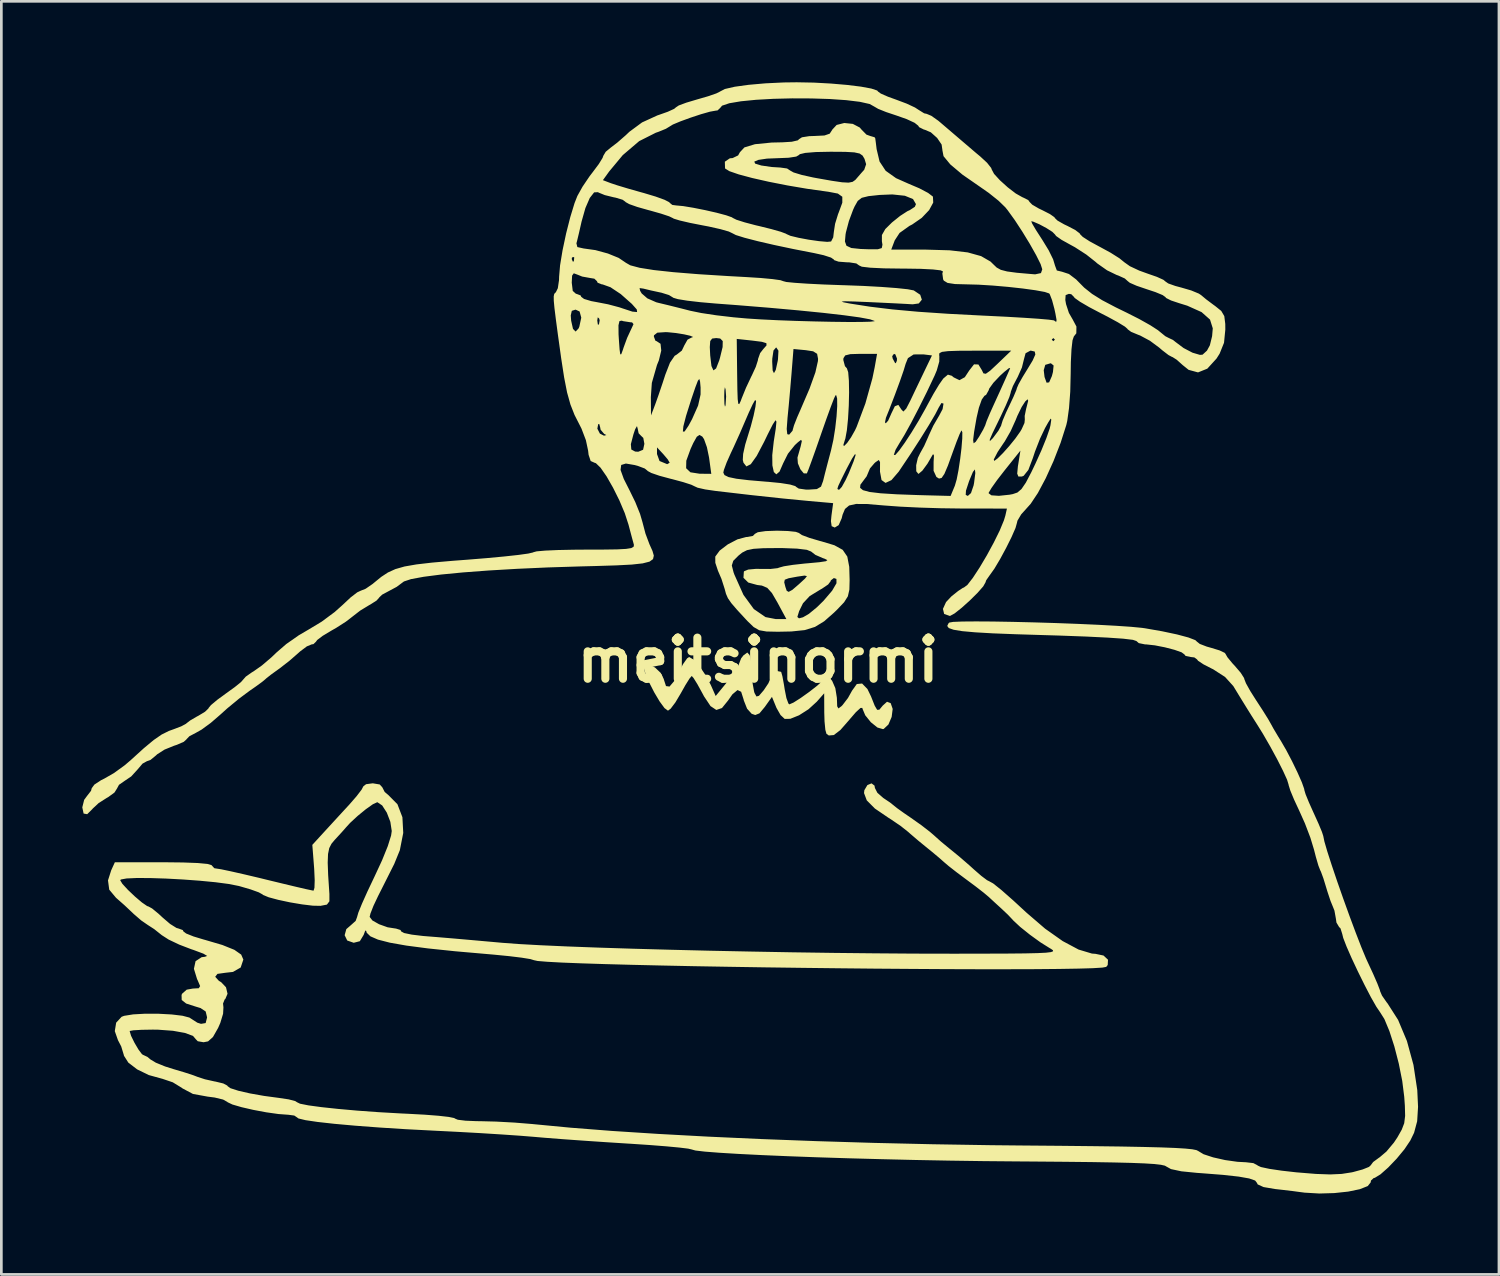
<source format=kicad_pcb>
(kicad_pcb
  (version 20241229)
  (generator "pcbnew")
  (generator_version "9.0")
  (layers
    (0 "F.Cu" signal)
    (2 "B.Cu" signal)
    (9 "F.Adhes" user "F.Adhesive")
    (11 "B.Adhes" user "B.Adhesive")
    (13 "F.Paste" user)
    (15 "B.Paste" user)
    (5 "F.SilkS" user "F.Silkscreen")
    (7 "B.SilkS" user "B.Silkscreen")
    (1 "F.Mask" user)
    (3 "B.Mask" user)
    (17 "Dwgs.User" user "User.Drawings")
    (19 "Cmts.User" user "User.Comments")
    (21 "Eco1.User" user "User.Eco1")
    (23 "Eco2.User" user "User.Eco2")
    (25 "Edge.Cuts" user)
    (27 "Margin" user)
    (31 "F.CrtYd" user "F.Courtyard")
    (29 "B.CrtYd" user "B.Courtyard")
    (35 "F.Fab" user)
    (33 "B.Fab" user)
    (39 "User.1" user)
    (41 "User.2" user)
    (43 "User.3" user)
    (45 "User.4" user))
  (footprint "meitsinormi"
    (layer "F.Cu")
    (at 25.049 21.42)
    (property "Reference" "meitsinormi" (at 0 0 0) (layer "F.SilkS") (effects (font (size 1.524 1.524) (thickness 0.3))))
    (attr board_only exclude_from_pos_files exclude_from_bom)
    (fp_poly (pts (xy 1.106 -4.787) (xy 1.399 -4.756) (xy 1.521 -4.712) (xy 1.522 -4.708) (xy 1.626 -4.637) (xy 1.902 -4.533) (xy 2.293 -4.418) (xy 2.348 -4.404) (xy 2.83 -4.259) (xy 3.137 -4.089) (xy 3.308 -3.839) (xy 3.38 -3.458) (xy 3.394 -2.967) (xy 3.385 -2.614) (xy 3.329 -2.367) (xy 3.19 -2.146) (xy 2.929 -1.872) (xy 2.815 -1.761) (xy 2.45 -1.44) (xy 2.111 -1.233) (xy 1.728 -1.114) (xy 1.233 -1.063) (xy 0.734 -1.053) (xy 0.314 -1.062) (xy 0.043 -1.109) (xy -0.163 -1.227) (xy -0.39 -1.446) (xy -0.433 -1.492) (xy -0.775 -1.862) (xy -0.991 -2.113) (xy -1.117 -2.295) (xy -1.189 -2.459) (xy -1.236 -2.635) (xy -1.357 -3.013) (xy -1.486 -3.313) (xy -1.551 -3.509) (xy -0.973 -3.509) (xy -0.907 -3.251) (xy -0.88 -3.177) (xy -0.542 -2.421) (xy -0.157 -1.894) (xy 0.277 -1.596) (xy 0.66 -1.522) (xy 1.05 -1.522) (xy 1.007 -1.601) (xy 1.456 -1.601) (xy 1.517 -1.55) (xy 1.666 -1.589) (xy 1.885 -1.717) (xy 2.183 -1.962) (xy 2.427 -2.201) (xy 2.745 -2.574) (xy 2.907 -2.851) (xy 2.905 -3.011) (xy 2.809 -3.043) (xy 2.696 -2.956) (xy 2.692 -2.929) (xy 2.598 -2.805) (xy 2.367 -2.648) (xy 2.317 -2.621) (xy 1.914 -2.375) (xy 1.665 -2.108) (xy 1.522 -1.815) (xy 1.456 -1.601) (xy 1.007 -1.601) (xy 0.719 -2.136) (xy 0.514 -2.488) (xy 0.342 -2.679) (xy 0.142 -2.764) (xy -0.03 -2.786) (xy -0.362 -2.877) (xy -0.372 -2.886) (xy 0.97 -2.886) (xy 1.014 -2.712) (xy 1.062 -2.572) (xy 1.134 -2.531) (xy 1.271 -2.606) (xy 1.513 -2.814) (xy 1.74 -3.023) (xy 1.812 -3.115) (xy 1.722 -3.135) (xy 1.451 -3.095) (xy 1.133 -3.036) (xy 0.991 -2.982) (xy 0.97 -2.886) (xy -0.372 -2.886) (xy -0.541 -3.053) (xy -0.527 -3.276) (xy -0.515 -3.296) (xy -0.366 -3.358) (xy -0.068 -3.385) (xy 0.106 -3.381) (xy 0.461 -3.38) (xy 0.723 -3.41) (xy 0.786 -3.432) (xy 0.959 -3.48) (xy 1.298 -3.533) (xy 1.737 -3.582) (xy 1.833 -3.59) (xy 2.277 -3.631) (xy 2.514 -3.667) (xy 2.57 -3.706) (xy 2.472 -3.758) (xy 2.399 -3.783) (xy 2.126 -3.902) (xy 1.965 -4.027) (xy 1.807 -4.09) (xy 1.447 -4.134) (xy 0.918 -4.154) (xy 0.736 -4.155) (xy 0.196 -4.15) (xy -0.167 -4.127) (xy -0.41 -4.077) (xy -0.587 -3.987) (xy -0.722 -3.879) (xy -0.919 -3.682) (xy -0.973 -3.509) (xy -1.551 -3.509) (xy -1.584 -3.607) (xy -1.586 -3.839) (xy -1.422 -4.062) (xy -1.119 -4.293) (xy -0.763 -4.478) (xy -0.443 -4.564) (xy -0.411 -4.565) (xy -0.191 -4.605) (xy -0.117 -4.682) (xy -0.009 -4.742) (xy 0.281 -4.784) (xy 0.702 -4.799) (xy 0.702 -4.799)) (stroke (width 0) (type solid)) (fill yes) (layer "F.SilkS"))
    (fp_poly (pts (xy -0.316 -0.192) (xy -0.304 -0.163) (xy -0.257 0.066) (xy -0.229 0.41) (xy -0.226 0.507) (xy -0.2 0.873) (xy -0.146 1.169) (xy -0.131 1.217) (xy -0.059 1.347) (xy 0.033 1.322) (xy 0.203 1.124) (xy 0.212 1.113) (xy 0.385 0.854) (xy 0.467 0.655) (xy 0.468 0.641) (xy 0.548 0.492) (xy 0.713 0.404) (xy 0.851 0.432) (xy 0.859 0.444) (xy 0.903 0.6) (xy 0.959 0.903) (xy 0.987 1.083) (xy 1.051 1.406) (xy 1.125 1.607) (xy 1.16 1.639) (xy 1.314 1.572) (xy 1.58 1.403) (xy 1.894 1.179) (xy 2.188 0.95) (xy 2.396 0.762) (xy 2.429 0.725) (xy 2.555 0.609) (xy 2.673 0.675) (xy 2.747 0.768) (xy 2.864 1.037) (xy 2.921 1.392) (xy 2.923 1.434) (xy 2.933 1.711) (xy 2.979 1.79) (xy 3.092 1.706) (xy 3.131 1.666) (xy 3.333 1.402) (xy 3.484 1.131) (xy 3.66 0.885) (xy 3.856 0.866) (xy 4.054 1.069) (xy 4.188 1.346) (xy 4.324 1.688) (xy 4.414 1.841) (xy 4.495 1.837) (xy 4.605 1.705) (xy 4.617 1.689) (xy 4.78 1.542) (xy 4.916 1.594) (xy 4.99 1.808) (xy 4.952 2.105) (xy 4.832 2.386) (xy 4.658 2.549) (xy 4.63 2.557) (xy 4.424 2.497) (xy 4.181 2.301) (xy 3.973 2.044) (xy 3.869 1.796) (xy 3.867 1.77) (xy 3.8 1.77) (xy 3.63 1.924) (xy 3.392 2.199) (xy 3.385 2.209) (xy 3.054 2.587) (xy 2.809 2.776) (xy 2.623 2.792) (xy 2.536 2.731) (xy 2.494 2.581) (xy 2.464 2.27) (xy 2.454 1.941) (xy 2.451 1.229) (xy 2.177 1.54) (xy 1.87 1.82) (xy 1.519 2.044) (xy 1.195 2.174) (xy 0.987 2.178) (xy 0.834 2.035) (xy 0.682 1.768) (xy 0.67 1.738) (xy 0.515 1.361) (xy 0.25 1.734) (xy 0.053 1.971) (xy -0.104 2.034) (xy -0.237 1.988) (xy -0.407 1.799) (xy -0.528 1.494) (xy -0.536 1.457) (xy -0.627 1.172) (xy -0.761 1.108) (xy -0.949 1.265) (xy -1.112 1.496) (xy -1.338 1.775) (xy -1.547 1.846) (xy -1.762 1.703) (xy -2.004 1.34) (xy -2.063 1.229) (xy -2.247 0.894) (xy -2.392 0.661) (xy -2.458 0.586) (xy -2.54 0.681) (xy -2.694 0.927) (xy -2.864 1.229) (xy -3.064 1.566) (xy -3.239 1.798) (xy -3.339 1.873) (xy -3.468 1.777) (xy -3.649 1.53) (xy -3.849 1.193) (xy -4.035 0.829) (xy -4.175 0.499) (xy -4.237 0.265) (xy -4.223 0.196) (xy -4.049 0.164) (xy -3.82 0.273) (xy -3.61 0.471) (xy -3.493 0.704) (xy -3.491 0.72) (xy -3.412 0.961) (xy -3.282 0.979) (xy -3.109 0.775) (xy -2.949 0.468) (xy -2.78 0.145) (xy -2.629 -0.067) (xy -2.557 -0.117) (xy -2.388 -0.021) (xy -2.165 0.23) (xy -1.932 0.576) (xy -1.751 0.923) (xy -1.571 1.329) (xy -1.137 0.799) (xy -0.901 0.489) (xy -0.744 0.237) (xy -0.702 0.126) (xy -0.626 -0.07) (xy -0.538 -0.181) (xy -0.398 -0.283)) (stroke (width 0) (type solid)) (fill yes) (layer "F.SilkS"))
    (fp_poly (pts (xy 8.715 -1.432) (xy 9.444 -1.419) (xy 10.231 -1.4) (xy 11.043 -1.375) (xy 11.843 -1.345) (xy 12.598 -1.311) (xy 13.271 -1.274) (xy 13.827 -1.236) (xy 14.233 -1.197) (xy 14.339 -1.182) (xy 14.98 -1.07) (xy 15.531 -0.953) (xy 15.953 -0.84) (xy 16.21 -0.741) (xy 16.27 -0.684) (xy 16.373 -0.602) (xy 16.633 -0.502) (xy 16.797 -0.456) (xy 17.108 -0.361) (xy 17.297 -0.271) (xy 17.324 -0.238) (xy 17.398 -0.108) (xy 17.584 0.118) (xy 17.675 0.216) (xy 17.891 0.468) (xy 18.015 0.664) (xy 18.026 0.707) (xy 18.087 0.861) (xy 18.246 1.146) (xy 18.47 1.5) (xy 18.472 1.502) (xy 18.71 1.868) (xy 18.9 2.172) (xy 18.999 2.345) (xy 19.109 2.545) (xy 19.289 2.847) (xy 19.375 2.985) (xy 19.576 3.332) (xy 19.794 3.747) (xy 19.997 4.167) (xy 20.157 4.529) (xy 20.243 4.772) (xy 20.25 4.819) (xy 20.296 4.971) (xy 20.419 5.272) (xy 20.591 5.656) (xy 20.601 5.677) (xy 20.775 6.062) (xy 20.901 6.365) (xy 20.952 6.522) (xy 20.952 6.525) (xy 20.992 6.72) (xy 21.1 7.091) (xy 21.263 7.596) (xy 21.464 8.192) (xy 21.69 8.837) (xy 21.925 9.488) (xy 22.154 10.102) (xy 22.362 10.639) (xy 22.534 11.054) (xy 22.596 11.19) (xy 22.8 11.629) (xy 22.958 11.992) (xy 23.047 12.225) (xy 23.059 12.274) (xy 23.128 12.434) (xy 23.296 12.677) (xy 23.331 12.72) (xy 23.724 13.334) (xy 24.051 14.115) (xy 24.294 15.003) (xy 24.435 15.936) (xy 24.464 16.556) (xy 24.431 17.092) (xy 24.317 17.518) (xy 24.177 17.806) (xy 23.961 18.128) (xy 23.672 18.478) (xy 23.359 18.805) (xy 23.072 19.059) (xy 22.86 19.189) (xy 22.821 19.196) (xy 22.718 19.29) (xy 22.708 19.358) (xy 22.599 19.494) (xy 22.306 19.61) (xy 21.876 19.699) (xy 21.359 19.754) (xy 20.804 19.77) (xy 20.259 19.738) (xy 20.074 19.714) (xy 19.83 19.681) (xy 19.452 19.636) (xy 19.167 19.604) (xy 18.737 19.531) (xy 18.519 19.432) (xy 18.494 19.378) (xy 18.425 19.289) (xy 18.205 19.212) (xy 17.814 19.143) (xy 17.233 19.079) (xy 16.441 19.017) (xy 16.27 19.005) (xy 15.691 18.947) (xy 15.306 18.865) (xy 15.147 18.777) (xy 15.08 18.738) (xy 14.933 18.705) (xy 14.689 18.677) (xy 14.328 18.654) (xy 13.833 18.635) (xy 13.185 18.619) (xy 12.366 18.605) (xy 11.356 18.594) (xy 10.138 18.584) (xy 9.587 18.58) (xy 8.355 18.569) (xy 7.093 18.551) (xy 5.824 18.527) (xy 4.568 18.497) (xy 3.349 18.464) (xy 2.188 18.427) (xy 1.107 18.387) (xy 0.128 18.345) (xy -0.726 18.302) (xy -1.434 18.259) (xy -1.973 18.217) (xy -2.322 18.176) (xy -2.458 18.138) (xy -2.588 18.107) (xy -2.914 18.067) (xy -3.402 18.021) (xy -4.013 17.973) (xy -4.711 17.926) (xy -4.799 17.921) (xy -5.612 17.869) (xy -6.442 17.813) (xy -7.225 17.757) (xy -7.894 17.705) (xy -8.311 17.669) (xy -8.821 17.628) (xy -9.504 17.581) (xy -10.299 17.531) (xy -11.145 17.484) (xy -11.98 17.442) (xy -11.998 17.441) (xy -13.057 17.386) (xy -14.044 17.323) (xy -14.933 17.256) (xy -15.701 17.187) (xy -16.323 17.118) (xy -16.776 17.051) (xy -17.036 16.988) (xy -17.089 16.949) (xy -17.191 16.88) (xy -17.411 16.851) (xy -17.777 16.824) (xy -18.229 16.76) (xy -18.705 16.671) (xy -19.144 16.57) (xy -19.484 16.471) (xy -19.663 16.386) (xy -19.672 16.375) (xy -19.83 16.287) (xy -20.142 16.212) (xy -20.4 16.179) (xy -20.948 16.079) (xy -21.334 15.874) (xy -21.355 15.856) (xy -21.695 15.648) (xy -22.086 15.516) (xy -22.103 15.512) (xy -22.582 15.38) (xy -23.015 15.169) (xy -23.342 14.918) (xy -23.504 14.664) (xy -23.509 14.637) (xy -23.606 14.318) (xy -23.727 14.085) (xy -23.844 13.751) (xy -23.793 13.437) (xy -23.592 13.22) (xy -23.499 13.184) (xy -23.163 13.13) (xy -22.714 13.105) (xy -22.216 13.107) (xy -21.735 13.133) (xy -21.334 13.181) (xy -21.079 13.248) (xy -21.036 13.276) (xy -20.784 13.438) (xy -20.648 13.481) (xy -20.476 13.452) (xy -20.425 13.251) (xy -20.425 13.234) (xy -20.475 13.023) (xy -20.665 12.896) (xy -20.835 12.845) (xy -21.198 12.728) (xy -21.364 12.596) (xy -21.369 12.416) (xy -21.353 12.368) (xy -21.179 12.214) (xy -20.949 12.173) (xy -20.731 12.161) (xy -20.681 12.082) (xy -20.771 11.869) (xy -20.794 11.823) (xy -20.911 11.441) (xy -20.85 11.158) (xy -20.624 11.01) (xy -20.505 10.995) (xy -20.419 10.964) (xy -20.561 10.879) (xy -20.93 10.741) (xy -21.007 10.716) (xy -21.455 10.544) (xy -21.848 10.357) (xy -22.102 10.194) (xy -22.103 10.193) (xy -22.383 9.97) (xy -22.621 9.816) (xy -22.866 9.647) (xy -23.146 9.405) (xy -23.171 9.38) (xy -23.483 9.086) (xy -23.796 8.81) (xy -23.798 8.809) (xy -24.05 8.507) (xy -24.096 8.163) (xy -23.977 7.789) (xy -23.841 7.491) (xy -22.045 7.491) (xy -21.319 7.499) (xy -20.765 7.52) (xy -20.404 7.554) (xy -20.253 7.6) (xy -20.25 7.608) (xy -20.155 7.712) (xy -20.073 7.725) (xy -19.901 7.752) (xy -19.548 7.826) (xy -19.058 7.937) (xy -18.477 8.074) (xy -18.23 8.135) (xy -17.635 8.279) (xy -17.122 8.402) (xy -16.733 8.492) (xy -16.51 8.539) (xy -16.476 8.544) (xy -16.443 8.438) (xy -16.434 8.156) (xy -16.452 7.757) (xy -16.456 7.696) (xy -16.522 6.847) (xy -16.094 6.379) (xy -15.768 6.024) (xy -15.386 5.608) (xy -15.148 5.35) (xy -14.883 5.045) (xy -14.696 4.801) (xy -14.631 4.677) (xy -14.53 4.598) (xy -14.284 4.565) (xy -14.28 4.565) (xy -14.024 4.608) (xy -13.929 4.712) (xy -13.84 4.885) (xy -13.702 5.002) (xy -13.367 5.341) (xy -13.183 5.822) (xy -13.152 6.404) (xy -13.278 7.044) (xy -13.485 7.552) (xy -13.717 8.014) (xy -13.974 8.525) (xy -14.087 8.749) (xy -14.256 9.107) (xy -14.368 9.393) (xy -14.397 9.516) (xy -14.296 9.648) (xy -14.047 9.789) (xy -13.731 9.902) (xy -13.431 9.949) (xy -13.423 9.949) (xy -13.254 10.002) (xy -13.227 10.056) (xy -13.119 10.115) (xy -12.834 10.174) (xy -12.427 10.223) (xy -12.32 10.232) (xy -11.88 10.267) (xy -11.273 10.318) (xy -10.567 10.38) (xy -9.826 10.446) (xy -9.481 10.477) (xy -8.878 10.522) (xy -8.066 10.567) (xy -7.073 10.612) (xy -5.923 10.655) (xy -4.644 10.696) (xy -3.26 10.734) (xy -1.799 10.77) (xy -0.285 10.801) (xy 1.254 10.829) (xy 2.793 10.851) (xy 4.306 10.867) (xy 5.767 10.878) (xy 7.149 10.881) (xy 7.398 10.881) (xy 8.436 10.879) (xy 9.26 10.876) (xy 9.893 10.87) (xy 10.356 10.859) (xy 10.669 10.844) (xy 10.855 10.822) (xy 10.935 10.792) (xy 10.93 10.753) (xy 10.861 10.703) (xy 10.813 10.676) (xy 10.471 10.462) (xy 10.078 10.178) (xy 9.714 9.886) (xy 9.458 9.647) (xy 9.434 9.619) (xy 9.257 9.432) (xy 9.022 9.21) (xy 8.759 8.97) (xy 8.553 8.779) (xy 8.364 8.62) (xy 8.055 8.38) (xy 7.725 8.135) (xy 7.367 7.868) (xy 7.066 7.633) (xy 6.899 7.491) (xy 6.696 7.312) (xy 6.402 7.067) (xy 6.275 6.965) (xy 5.944 6.694) (xy 5.643 6.437) (xy 5.565 6.367) (xy 5.287 6.147) (xy 4.934 5.906) (xy 4.841 5.848) (xy 4.33 5.5) (xy 4.03 5.198) (xy 3.928 4.927) (xy 3.94 4.82) (xy 4.053 4.63) (xy 4.206 4.567) (xy 4.317 4.651) (xy 4.331 4.738) (xy 4.422 4.916) (xy 4.641 5.108) (xy 4.653 5.116) (xy 4.893 5.277) (xy 5.031 5.387) (xy 5.033 5.389) (xy 5.155 5.487) (xy 5.411 5.67) (xy 5.677 5.852) (xy 6.043 6.111) (xy 6.365 6.359) (xy 6.515 6.488) (xy 6.78 6.725) (xy 7.1 6.989) (xy 7.143 7.023) (xy 7.457 7.28) (xy 7.827 7.6) (xy 7.998 7.755) (xy 8.276 7.997) (xy 8.488 8.156) (xy 8.565 8.194) (xy 8.714 8.276) (xy 9.016 8.517) (xy 9.459 8.907) (xy 9.955 9.364) (xy 10.64 9.953) (xy 11.293 10.414) (xy 11.882 10.728) (xy 12.376 10.876) (xy 12.508 10.886) (xy 12.806 10.949) (xy 12.971 11.104) (xy 12.961 11.3) (xy 12.906 11.37) (xy 12.764 11.396) (xy 12.409 11.418) (xy 11.861 11.434) (xy 11.141 11.446) (xy 10.268 11.454) (xy 9.264 11.457) (xy 8.148 11.457) (xy 6.941 11.453) (xy 5.663 11.445) (xy 4.335 11.435) (xy 2.976 11.421) (xy 1.607 11.405) (xy 0.248 11.387) (xy -1.08 11.366) (xy -2.357 11.344) (xy -3.563 11.319) (xy -4.678 11.293) (xy -5.681 11.266) (xy -6.552 11.238) (xy -7.271 11.21) (xy -7.817 11.18) (xy -8.17 11.151) (xy -8.31 11.121) (xy -8.311 11.12) (xy -8.442 11.08) (xy -8.764 11.028) (xy -9.231 10.971) (xy -9.801 10.915) (xy -10.008 10.897) (xy -11.231 10.79) (xy -12.236 10.685) (xy -13.037 10.58) (xy -13.649 10.472) (xy -14.088 10.359) (xy -14.369 10.237) (xy -14.506 10.104) (xy -14.526 10.036) (xy -14.559 10.021) (xy -14.619 10.183) (xy -14.761 10.418) (xy -14.988 10.476) (xy -15.228 10.392) (xy -15.324 10.196) (xy -15.262 9.97) (xy -15.107 9.836) (xy -14.916 9.665) (xy -14.865 9.527) (xy -14.816 9.357) (xy -14.681 9.025) (xy -14.481 8.579) (xy -14.237 8.064) (xy -14.222 8.033) (xy -13.937 7.419) (xy -13.725 6.894) (xy -13.602 6.5) (xy -13.578 6.333) (xy -13.63 5.993) (xy -13.761 5.652) (xy -13.933 5.385) (xy -14.107 5.268) (xy -14.119 5.267) (xy -14.278 5.341) (xy -14.54 5.527) (xy -14.842 5.774) (xy -15.12 6.031) (xy -15.262 6.186) (xy -15.429 6.376) (xy -15.662 6.63) (xy -15.685 6.654) (xy -15.811 6.804) (xy -15.895 6.967) (xy -15.94 7.187) (xy -15.952 7.507) (xy -15.935 7.971) (xy -15.892 8.622) (xy -15.889 8.662) (xy -15.889 8.939) (xy -15.981 9.061) (xy -16.22 9.107) (xy -16.503 9.101) (xy -16.902 9.053) (xy -17.353 8.977) (xy -17.787 8.884) (xy -18.141 8.789) (xy -18.346 8.704) (xy -18.369 8.683) (xy -18.508 8.606) (xy -18.811 8.497) (xy -19.216 8.379) (xy -19.255 8.369) (xy -19.617 8.297) (xy -20.11 8.232) (xy -20.69 8.176) (xy -21.315 8.13) (xy -21.943 8.096) (xy -22.529 8.077) (xy -23.033 8.075) (xy -23.409 8.092) (xy -23.617 8.13) (xy -23.644 8.157) (xy -23.563 8.291) (xy -23.359 8.513) (xy -23.097 8.762) (xy -22.838 8.982) (xy -22.645 9.115) (xy -22.597 9.13) (xy -22.46 9.205) (xy -22.225 9.398) (xy -22.072 9.54) (xy -21.794 9.778) (xy -21.559 9.925) (xy -21.477 9.949) (xy -21.322 10.006) (xy -21.303 10.053) (xy -21.199 10.132) (xy -20.925 10.242) (xy -20.538 10.359) (xy -20.513 10.365) (xy -19.856 10.558) (xy -19.412 10.737) (xy -19.159 10.914) (xy -19.079 11.098) (xy -19.079 11.099) (xy -19.178 11.393) (xy -19.463 11.556) (xy -19.746 11.588) (xy -20.04 11.629) (xy -20.122 11.737) (xy -19.983 11.889) (xy -19.899 11.939) (xy -19.722 12.125) (xy -19.665 12.366) (xy -19.747 12.559) (xy -19.771 12.576) (xy -19.832 12.728) (xy -19.817 12.871) (xy -19.83 13.107) (xy -19.933 13.447) (xy -20.014 13.632) (xy -20.206 13.97) (xy -20.387 14.131) (xy -20.553 14.163) (xy -20.768 14.126) (xy -20.835 14.058) (xy -20.945 13.928) (xy -21.244 13.818) (xy -21.689 13.738) (xy -22.235 13.698) (xy -22.433 13.695) (xy -22.848 13.702) (xy -23.153 13.72) (xy -23.29 13.745) (xy -23.293 13.749) (xy -23.241 13.924) (xy -23.115 14.181) (xy -22.964 14.437) (xy -22.836 14.606) (xy -22.795 14.631) (xy -22.635 14.706) (xy -22.524 14.799) (xy -22.324 14.92) (xy -21.981 15.06) (xy -21.684 15.154) (xy -21.276 15.275) (xy -20.932 15.387) (xy -20.776 15.447) (xy -20.503 15.536) (xy -20.145 15.616) (xy -20.103 15.623) (xy -19.822 15.691) (xy -19.672 15.77) (xy -19.665 15.789) (xy -19.556 15.867) (xy -19.263 15.961) (xy -18.832 16.06) (xy -18.311 16.152) (xy -17.762 16.226) (xy -17.401 16.28) (xy -17.157 16.343) (xy -17.089 16.387) (xy -16.978 16.441) (xy -16.666 16.503) (xy -16.185 16.568) (xy -15.569 16.634) (xy -14.851 16.698) (xy -14.064 16.755) (xy -13.24 16.802) (xy -12.963 16.815) (xy -12.358 16.848) (xy -11.845 16.888) (xy -11.466 16.931) (xy -11.261 16.973) (xy -11.237 16.991) (xy -11.129 17.036) (xy -10.842 17.071) (xy -10.432 17.088) (xy -10.294 17.089) (xy -9.709 17.104) (xy -9.026 17.141) (xy -8.375 17.194) (xy -8.274 17.204) (xy -6.951 17.33) (xy -5.422 17.45) (xy -3.715 17.56) (xy -1.861 17.661) (xy 0.114 17.751) (xy 2.181 17.829) (xy 4.311 17.894) (xy 6.476 17.944) (xy 8.646 17.979) (xy 9.766 17.99) (xy 11.204 18.002) (xy 12.423 18.015) (xy 13.442 18.028) (xy 14.276 18.044) (xy 14.941 18.061) (xy 15.455 18.081) (xy 15.833 18.104) (xy 16.092 18.13) (xy 16.249 18.161) (xy 16.32 18.196) (xy 16.321 18.198) (xy 16.514 18.314) (xy 16.868 18.43) (xy 17.311 18.53) (xy 17.771 18.595) (xy 18.08 18.611) (xy 18.358 18.643) (xy 18.51 18.722) (xy 18.515 18.732) (xy 18.64 18.789) (xy 18.953 18.856) (xy 19.406 18.923) (xy 19.953 18.985) (xy 19.978 18.987) (xy 20.679 19.044) (xy 21.209 19.063) (xy 21.631 19.044) (xy 22.003 18.986) (xy 22.054 18.975) (xy 22.407 18.879) (xy 22.645 18.784) (xy 22.708 18.726) (xy 22.799 18.603) (xy 23.019 18.441) (xy 23.039 18.429) (xy 23.292 18.214) (xy 23.568 17.884) (xy 23.697 17.691) (xy 23.859 17.405) (xy 23.951 17.165) (xy 23.985 16.894) (xy 23.975 16.514) (xy 23.952 16.187) (xy 23.878 15.597) (xy 23.75 14.955) (xy 23.586 14.32) (xy 23.402 13.749) (xy 23.215 13.301) (xy 23.057 13.051) (xy 22.918 12.847) (xy 22.717 12.494) (xy 22.482 12.042) (xy 22.236 11.544) (xy 22.005 11.052) (xy 21.815 10.619) (xy 21.69 10.296) (xy 21.654 10.149) (xy 21.589 9.943) (xy 21.537 9.891) (xy 21.439 9.726) (xy 21.42 9.59) (xy 21.365 9.284) (xy 21.315 9.158) (xy 21.219 8.923) (xy 21.103 8.573) (xy 21.059 8.428) (xy 20.955 8.088) (xy 20.864 7.84) (xy 20.836 7.784) (xy 20.769 7.612) (xy 20.676 7.292) (xy 20.607 7.023) (xy 20.472 6.579) (xy 20.27 6.049) (xy 20.058 5.576) (xy 19.869 5.17) (xy 19.729 4.832) (xy 19.666 4.629) (xy 19.665 4.614) (xy 19.609 4.432) (xy 19.458 4.101) (xy 19.241 3.672) (xy 18.983 3.197) (xy 18.711 2.726) (xy 18.509 2.4) (xy 18.29 2.056) (xy 18.085 1.727) (xy 17.843 1.334) (xy 17.616 0.961) (xy 17.311 0.624) (xy 16.867 0.337) (xy 16.826 0.318) (xy 16.513 0.157) (xy 16.311 0.024) (xy 16.27 -0.029) (xy 16.172 -0.101) (xy 16.036 -0.117) (xy 15.846 -0.158) (xy 15.802 -0.214) (xy 15.698 -0.291) (xy 15.433 -0.384) (xy 15.079 -0.476) (xy 14.707 -0.549) (xy 14.387 -0.584) (xy 14.34 -0.585) (xy 14.111 -0.632) (xy 14.024 -0.709) (xy 13.893 -0.753) (xy 13.535 -0.796) (xy 12.955 -0.836) (xy 12.16 -0.875) (xy 11.156 -0.912) (xy 10.612 -0.928) (xy 9.547 -0.961) (xy 8.697 -0.994) (xy 8.043 -1.032) (xy 7.566 -1.075) (xy 7.248 -1.127) (xy 7.07 -1.19) (xy 7.012 -1.267) (xy 7.056 -1.36) (xy 7.087 -1.393) (xy 7.231 -1.418) (xy 7.573 -1.432) (xy 8.08 -1.436)) (stroke (width 0) (type solid)) (fill yes) (layer "F.SilkS"))
    (fp_poly (pts (xy 2.067 -21.408) (xy 2.703 -21.373) (xy 3.298 -21.322) (xy 3.811 -21.259) (xy 4.197 -21.188) (xy 4.415 -21.115) (xy 4.448 -21.076) (xy 4.55 -21.002) (xy 4.814 -20.886) (xy 5.121 -20.775) (xy 5.509 -20.629) (xy 5.817 -20.485) (xy 5.949 -20.399) (xy 6.156 -20.27) (xy 6.249 -20.25) (xy 6.423 -20.177) (xy 6.678 -19.997) (xy 6.76 -19.928) (xy 8.089 -18.792) (xy 8.236 -18.67) (xy 8.489 -18.436) (xy 8.641 -18.244) (xy 8.662 -18.186) (xy 8.748 -18.025) (xy 8.966 -17.787) (xy 9.255 -17.526) (xy 9.551 -17.299) (xy 9.795 -17.161) (xy 9.819 -17.152) (xy 10.015 -17.054) (xy 10.066 -16.982) (xy 10.163 -16.883) (xy 10.407 -16.741) (xy 10.535 -16.68) (xy 10.819 -16.535) (xy 10.985 -16.418) (xy 11.003 -16.387) (xy 11.099 -16.294) (xy 11.343 -16.155) (xy 11.471 -16.094) (xy 11.755 -15.946) (xy 11.921 -15.82) (xy 11.939 -15.786) (xy 12.036 -15.689) (xy 12.29 -15.525) (xy 12.649 -15.33) (xy 12.671 -15.319) (xy 13.067 -15.103) (xy 13.395 -14.896) (xy 13.579 -14.747) (xy 13.783 -14.602) (xy 14.129 -14.44) (xy 14.427 -14.332) (xy 14.783 -14.208) (xy 15.026 -14.098) (xy 15.1 -14.036) (xy 15.203 -13.964) (xy 15.468 -13.87) (xy 15.689 -13.811) (xy 16.056 -13.704) (xy 16.336 -13.588) (xy 16.421 -13.532) (xy 16.607 -13.377) (xy 16.884 -13.169) (xy 16.943 -13.127) (xy 17.17 -12.944) (xy 17.282 -12.753) (xy 17.318 -12.463) (xy 17.32 -12.253) (xy 17.272 -11.765) (xy 17.109 -11.361) (xy 16.993 -11.178) (xy 16.653 -10.805) (xy 16.309 -10.666) (xy 15.959 -10.761) (xy 15.74 -10.937) (xy 15.519 -11.135) (xy 15.364 -11.234) (xy 15.349 -11.237) (xy 15.214 -11.309) (xy 14.98 -11.489) (xy 14.869 -11.585) (xy 14.526 -11.839) (xy 14.164 -12.033) (xy 14.087 -12.062) (xy 13.827 -12.17) (xy 13.698 -12.266) (xy 13.695 -12.278) (xy 13.597 -12.364) (xy 13.334 -12.525) (xy 12.952 -12.733) (xy 12.7 -12.862) (xy 12.271 -13.088) (xy 11.934 -13.285) (xy 11.737 -13.425) (xy 11.705 -13.469) (xy 11.61 -13.564) (xy 11.52 -13.578) (xy 11.401 -13.531) (xy 11.389 -13.35) (xy 11.416 -13.197) (xy 11.522 -12.872) (xy 11.66 -12.632) (xy 11.801 -12.367) (xy 11.797 -12.115) (xy 11.705 -11.998) (xy 11.656 -11.855) (xy 11.618 -11.524) (xy 11.594 -11.048) (xy 11.588 -10.612) (xy 11.572 -9.953) (xy 11.527 -9.347) (xy 11.461 -8.869) (xy 11.426 -8.717) (xy 11.215 -8.056) (xy 10.952 -7.38) (xy 10.663 -6.742) (xy 10.372 -6.196) (xy 10.105 -5.795) (xy 9.993 -5.67) (xy 9.754 -5.404) (xy 9.614 -5.168) (xy 9.598 -5.096) (xy 9.543 -4.899) (xy 9.398 -4.567) (xy 9.197 -4.163) (xy 8.974 -3.75) (xy 8.761 -3.392) (xy 8.591 -3.153) (xy 8.589 -3.151) (xy 8.457 -2.962) (xy 8.428 -2.878) (xy 8.345 -2.733) (xy 8.135 -2.494) (xy 7.851 -2.213) (xy 7.551 -1.943) (xy 7.288 -1.734) (xy 7.118 -1.64) (xy 7.107 -1.639) (xy 6.898 -1.712) (xy 6.853 -1.9) (xy 6.968 -2.153) (xy 7.165 -2.362) (xy 7.417 -2.564) (xy 7.595 -2.681) (xy 7.629 -2.692) (xy 7.76 -2.79) (xy 7.963 -3.053) (xy 8.212 -3.433) (xy 8.479 -3.883) (xy 8.736 -4.356) (xy 8.957 -4.804) (xy 9.113 -5.181) (xy 9.166 -5.355) (xy 9.225 -5.618) (xy 7.51 -5.621) (xy 6.771 -5.631) (xy 5.996 -5.655) (xy 5.27 -5.69) (xy 4.682 -5.733) (xy 4.634 -5.737) (xy 4.039 -5.787) (xy 3.633 -5.79) (xy 3.375 -5.733) (xy 3.222 -5.604) (xy 3.132 -5.389) (xy 3.1 -5.259) (xy 2.989 -5.005) (xy 2.843 -4.916) (xy 2.728 -4.966) (xy 2.701 -5.153) (xy 2.722 -5.368) (xy 2.783 -5.82) (xy 1.889 -5.899) (xy 0.918 -5.993) (xy -0.256 -6.119) (xy -1.58 -6.273) (xy -1.962 -6.329) (xy -2.24 -6.392) (xy -2.341 -6.438) (xy -2.476 -6.503) (xy -2.777 -6.6) (xy -3.185 -6.71) (xy -3.248 -6.725) (xy -3.656 -6.835) (xy -3.956 -6.938) (xy -4.094 -7.013) (xy -4.097 -7.021) (xy -4.199 -7.103) (xy -4.228 -7.114) (xy -2.666 -7.114) (xy -2.507 -6.963) (xy -2.171 -6.911) (xy -2.125 -6.91) (xy -1.734 -6.906) (xy -1.74 -6.952) (xy -1.288 -6.952) (xy -1.244 -6.86) (xy -1.093 -6.786) (xy -0.803 -6.725) (xy -0.343 -6.67) (xy 0.318 -6.614) (xy 0.38 -6.61) (xy 0.837 -6.565) (xy 1.189 -6.509) (xy 1.383 -6.451) (xy 1.405 -6.427) (xy 1.508 -6.36) (xy 1.768 -6.323) (xy 1.871 -6.321) (xy 2.179 -6.341) (xy 2.203 -6.355) (xy 2.941 -6.355) (xy 2.964 -6.323) (xy 3.014 -6.323) (xy 3.073 -6.388) (xy 3.782 -6.388) (xy 3.889 -6.3) (xy 4.136 -6.234) (xy 4.544 -6.185) (xy 5.135 -6.148) (xy 5.93 -6.119) (xy 6.29 -6.109) (xy 7.137 -6.087) (xy 7.154 -6.127) (xy 7.697 -6.127) (xy 7.775 -6.087) (xy 7.888 -6.189) (xy 8.545 -6.189) (xy 8.649 -6.11) (xy 8.927 -6.091) (xy 9.323 -6.133) (xy 9.44 -6.155) (xy 9.612 -6.213) (xy 9.763 -6.341) (xy 9.925 -6.578) (xy 10.129 -6.967) (xy 10.28 -7.282) (xy 10.503 -7.777) (xy 10.688 -8.233) (xy 10.809 -8.583) (xy 10.839 -8.707) (xy 10.869 -8.917) (xy 10.847 -8.955) (xy 10.752 -8.806) (xy 10.638 -8.603) (xy 10.451 -8.209) (xy 10.265 -7.731) (xy 10.186 -7.492) (xy 10.019 -7.051) (xy 9.845 -6.833) (xy 9.779 -6.807) (xy 9.649 -6.807) (xy 9.606 -6.914) (xy 9.631 -7.182) (xy 9.645 -7.266) (xy 9.725 -7.767) (xy 9.135 -7.029) (xy 8.859 -6.673) (xy 8.653 -6.383) (xy 8.55 -6.209) (xy 8.545 -6.189) (xy 7.888 -6.189) (xy 7.893 -6.194) (xy 7.989 -6.476) (xy 8.007 -6.57) (xy 8.053 -6.933) (xy 8.039 -7.07) (xy 7.966 -6.98) (xy 7.833 -6.663) (xy 7.813 -6.609) (xy 7.707 -6.285) (xy 7.697 -6.127) (xy 7.154 -6.127) (xy 7.295 -6.467) (xy 7.362 -6.698) (xy 7.43 -7.045) (xy 7.488 -7.433) (xy 8.737 -7.433) (xy 8.756 -7.385) (xy 8.883 -7.481) (xy 9.08 -7.678) (xy 9.31 -7.936) (xy 9.535 -8.213) (xy 9.717 -8.47) (xy 9.77 -8.559) (xy 9.875 -8.791) (xy 9.888 -8.918) (xy 9.883 -9.053) (xy 9.937 -9.318) (xy 9.95 -9.366) (xy 10.012 -9.613) (xy 9.992 -9.67) (xy 9.906 -9.593) (xy 9.771 -9.384) (xy 9.611 -9.054) (xy 9.547 -8.896) (xy 9.363 -8.489) (xy 9.147 -8.112) (xy 9.082 -8.018) (xy 8.882 -7.718) (xy 8.745 -7.454) (xy 8.737 -7.433) (xy 7.488 -7.433) (xy 7.491 -7.45) (xy 7.54 -7.856) (xy 7.564 -8.156) (xy 7.972 -8.156) (xy 7.99 -8.038) (xy 8.067 -8.093) (xy 8.125 -8.18) (xy 8.59 -8.18) (xy 8.591 -8.118) (xy 8.688 -8.213) (xy 8.721 -8.252) (xy 8.91 -8.507) (xy 9.011 -8.695) (xy 9.016 -8.72) (xy 9.067 -8.884) (xy 9.193 -9.18) (xy 9.308 -9.423) (xy 9.467 -9.759) (xy 9.572 -10.007) (xy 9.597 -10.092) (xy 9.656 -10.229) (xy 9.806 -10.496) (xy 9.949 -10.729) (xy 9.961 -10.748) (xy 10.589 -10.748) (xy 10.619 -10.496) (xy 10.695 -10.284) (xy 10.789 -10.297) (xy 10.891 -10.529) (xy 10.931 -10.681) (xy 10.955 -10.922) (xy 10.857 -11.002) (xy 10.836 -11.003) (xy 10.646 -10.946) (xy 10.589 -10.748) (xy 9.961 -10.748) (xy 10.178 -11.106) (xy 10.278 -11.33) (xy 10.256 -11.439) (xy 10.119 -11.471) (xy 10.092 -11.471) (xy 9.916 -11.376) (xy 9.857 -11.158) (xy 9.78 -10.847) (xy 9.623 -10.494) (xy 9.598 -10.449) (xy 9.447 -10.16) (xy 9.367 -9.943) (xy 9.364 -9.913) (xy 9.314 -9.751) (xy 9.181 -9.438) (xy 8.99 -9.028) (xy 8.897 -8.837) (xy 8.691 -8.414) (xy 8.59 -8.18) (xy 8.125 -8.18) (xy 8.194 -8.284) (xy 8.345 -8.546) (xy 8.424 -8.713) (xy 8.428 -8.73) (xy 8.473 -8.863) (xy 8.589 -9.14) (xy 8.706 -9.401) (xy 8.964 -9.966) (xy 9.175 -10.434) (xy 9.317 -10.758) (xy 9.346 -10.827) (xy 9.3 -10.823) (xy 9.129 -10.687) (xy 8.969 -10.541) (xy 8.723 -10.281) (xy 8.57 -10.069) (xy 8.545 -9.997) (xy 8.452 -9.833) (xy 8.392 -9.799) (xy 8.293 -9.661) (xy 8.186 -9.359) (xy 8.099 -8.982) (xy 8.009 -8.464) (xy 7.972 -8.156) (xy 7.564 -8.156) (xy 7.569 -8.207) (xy 7.572 -8.446) (xy 7.541 -8.516) (xy 7.537 -8.513) (xy 7.471 -8.379) (xy 7.355 -8.088) (xy 7.217 -7.709) (xy 7.037 -7.21) (xy 6.906 -6.903) (xy 6.804 -6.754) (xy 6.707 -6.731) (xy 6.611 -6.791) (xy 6.506 -7.019) (xy 6.507 -7.352) (xy 6.52 -7.585) (xy 6.489 -7.638) (xy 6.469 -7.608) (xy 6.278 -7.28) (xy 6.091 -7.025) (xy 5.953 -6.908) (xy 5.941 -6.906) (xy 5.864 -7.001) (xy 5.861 -7.227) (xy 5.922 -7.495) (xy 6.007 -7.67) (xy 6.156 -7.938) (xy 6.309 -8.281) (xy 6.32 -8.311) (xy 6.495 -8.69) (xy 6.697 -9.038) (xy 6.702 -9.044) (xy 6.84 -9.305) (xy 6.873 -9.503) (xy 6.871 -9.512) (xy 6.797 -9.531) (xy 6.697 -9.364) (xy 6.568 -9.113) (xy 6.332 -8.712) (xy 6.016 -8.204) (xy 5.646 -7.632) (xy 5.249 -7.04) (xy 5.213 -6.986) (xy 4.944 -6.673) (xy 4.725 -6.57) (xy 4.577 -6.676) (xy 4.519 -6.989) (xy 4.52 -7.06) (xy 4.521 -7.339) (xy 4.478 -7.42) (xy 4.36 -7.342) (xy 4.315 -7.302) (xy 4.148 -7.107) (xy 4.097 -6.985) (xy 4.025 -6.814) (xy 3.901 -6.649) (xy 3.793 -6.502) (xy 3.782 -6.388) (xy 3.073 -6.388) (xy 3.104 -6.422) (xy 3.246 -6.678) (xy 3.366 -6.937) (xy 3.541 -7.368) (xy 3.617 -7.605) (xy 3.616 -7.606) (xy 5.033 -7.606) (xy 5.087 -7.606) (xy 5.231 -7.77) (xy 5.441 -8.062) (xy 5.69 -8.443) (xy 5.953 -8.876) (xy 6.204 -9.322) (xy 6.279 -9.462) (xy 6.503 -9.872) (xy 6.713 -10.221) (xy 6.865 -10.437) (xy 6.871 -10.443) (xy 7.036 -10.583) (xy 7.181 -10.541) (xy 7.25 -10.483) (xy 7.464 -10.378) (xy 7.664 -10.488) (xy 7.829 -10.739) (xy 8.005 -10.965) (xy 8.168 -10.96) (xy 8.292 -10.757) (xy 8.354 -10.631) (xy 8.442 -10.615) (xy 8.602 -10.728) (xy 8.881 -10.989) (xy 8.883 -10.991) (xy 9.383 -11.471) (xy 8.015 -11.471) (xy 7.43 -11.468) (xy 7.044 -11.455) (xy 6.819 -11.427) (xy 6.721 -11.378) (xy 6.712 -11.303) (xy 6.72 -11.279) (xy 6.717 -11.067) (xy 6.625 -10.742) (xy 6.544 -10.548) (xy 6.259 -9.946) (xy 5.958 -9.343) (xy 5.671 -8.791) (xy 5.425 -8.345) (xy 5.25 -8.058) (xy 5.098 -7.8) (xy 5.033 -7.609) (xy 5.033 -7.606) (xy 3.616 -7.606) (xy 3.597 -7.642) (xy 3.484 -7.473) (xy 3.282 -7.092) (xy 3.277 -7.082) (xy 3.082 -6.689) (xy 2.975 -6.462) (xy 2.941 -6.355) (xy 2.203 -6.355) (xy 2.333 -6.432) (xy 2.411 -6.642) (xy 2.411 -6.643) (xy 2.479 -6.918) (xy 2.586 -7.33) (xy 2.706 -7.782) (xy 2.746 -7.963) (xy 3.158 -7.963) (xy 3.198 -7.944) (xy 3.304 -8.054) (xy 3.446 -8.258) (xy 3.594 -8.521) (xy 3.652 -8.645) (xy 3.716 -8.815) (xy 4.705 -8.815) (xy 4.734 -8.779) (xy 4.822 -8.877) (xy 4.928 -9.114) (xy 4.934 -9.13) (xy 5.07 -9.411) (xy 5.2 -9.462) (xy 5.318 -9.285) (xy 5.387 -9.215) (xy 5.492 -9.325) (xy 5.638 -9.607) (xy 5.841 -10.034) (xy 6.072 -10.516) (xy 6.165 -10.71) (xy 6.446 -11.295) (xy 6.139 -11.333) (xy 5.768 -11.332) (xy 5.555 -11.194) (xy 5.47 -10.983) (xy 5.396 -10.737) (xy 5.257 -10.336) (xy 5.075 -9.842) (xy 4.874 -9.318) (xy 4.74 -8.984) (xy 4.705 -8.815) (xy 3.716 -8.815) (xy 3.978 -9.515) (xy 4.238 -10.445) (xy 4.323 -10.856) (xy 4.396 -11.268) (xy 4.972 -11.268) (xy 4.991 -11.178) (xy 5.074 -11.024) (xy 5.104 -11.003) (xy 5.145 -11.098) (xy 5.15 -11.178) (xy 5.089 -11.334) (xy 5.037 -11.354) (xy 4.972 -11.268) (xy 4.396 -11.268) (xy 4.411 -11.354) (xy 3.786 -11.354) (xy 3.419 -11.343) (xy 3.231 -11.296) (xy 3.165 -11.192) (xy 3.16 -11.127) (xy 3.221 -10.898) (xy 3.292 -10.818) (xy 3.341 -10.674) (xy 3.367 -10.357) (xy 3.374 -9.923) (xy 3.363 -9.434) (xy 3.335 -8.947) (xy 3.292 -8.521) (xy 3.236 -8.214) (xy 3.213 -8.145) (xy 3.158 -7.963) (xy 2.746 -7.963) (xy 2.791 -8.163) (xy 2.86 -8.597) (xy 2.909 -9.032) (xy 2.934 -9.416) (xy 2.931 -9.697) (xy 2.896 -9.822) (xy 2.868 -9.813) (xy 2.81 -9.687) (xy 2.693 -9.382) (xy 2.534 -8.945) (xy 2.349 -8.418) (xy 2.329 -8.36) (xy 2.144 -7.828) (xy 1.985 -7.383) (xy 1.869 -7.067) (xy 1.81 -6.925) (xy 1.808 -6.921) (xy 1.694 -6.924) (xy 1.569 -7.075) (xy 1.476 -7.295) (xy 1.461 -7.505) (xy 1.464 -7.52) (xy 1.578 -7.919) (xy 1.623 -8.123) (xy 1.592 -8.165) (xy 1.478 -8.077) (xy 1.364 -7.971) (xy 1.108 -7.652) (xy 0.931 -7.298) (xy 0.796 -6.989) (xy 0.677 -6.888) (xy 0.585 -6.973) (xy 0.531 -7.218) (xy 0.526 -7.599) (xy 0.58 -8.092) (xy 0.58 -8.095) (xy 0.654 -8.569) (xy 1.062 -8.569) (xy 1.083 -8.376) (xy 1.153 -8.359) (xy 1.278 -8.504) (xy 1.288 -8.548) (xy 1.333 -8.706) (xy 1.45 -9.003) (xy 1.568 -9.273) (xy 1.909 -10.066) (xy 2.125 -10.668) (xy 2.219 -11.085) (xy 2.224 -11.168) (xy 2.189 -11.355) (xy 2.042 -11.448) (xy 1.768 -11.49) (xy 1.313 -11.533) (xy 1.238 -10.595) (xy 1.19 -10.03) (xy 1.138 -9.447) (xy 1.091 -8.971) (xy 1.091 -8.966) (xy 1.062 -8.569) (xy 0.654 -8.569) (xy 0.655 -8.573) (xy 0.681 -8.84) (xy 0.648 -8.894) (xy 0.544 -8.736) (xy 0.357 -8.367) (xy 0.227 -8.097) (xy -0.051 -7.569) (xy -0.269 -7.264) (xy -0.432 -7.181) (xy -0.54 -7.318) (xy -0.566 -7.423) (xy -0.553 -7.645) (xy -0.476 -7.992) (xy -0.403 -8.232) (xy -0.272 -8.658) (xy -0.166 -9.061) (xy -0.097 -9.393) (xy -0.073 -9.603) (xy -0.106 -9.643) (xy -0.112 -9.637) (xy -0.2 -9.483) (xy -0.34 -9.183) (xy -0.464 -8.896) (xy -0.673 -8.411) (xy -0.903 -7.901) (xy -1.01 -7.674) (xy -1.165 -7.326) (xy -1.266 -7.052) (xy -1.288 -6.952) (xy -1.74 -6.952) (xy -1.817 -7.514) (xy -1.896 -7.894) (xy -2.002 -8.19) (xy -2.064 -8.285) (xy -2.17 -8.348) (xy -2.271 -8.281) (xy -2.402 -8.047) (xy -2.501 -7.829) (xy -2.66 -7.393) (xy -2.666 -7.114) (xy -4.228 -7.114) (xy -4.455 -7.2) (xy -4.573 -7.232) (xy -4.899 -7.288) (xy -5.073 -7.235) (xy -5.097 -7.051) (xy -4.977 -6.717) (xy -4.767 -6.302) (xy -4.55 -5.857) (xy -4.374 -5.421) (xy -4.283 -5.109) (xy -4.173 -4.69) (xy -4.023 -4.29) (xy -4.014 -4.271) (xy -3.913 -4.047) (xy -3.864 -3.875) (xy -3.893 -3.745) (xy -4.023 -3.652) (xy -4.277 -3.587) (xy -4.679 -3.543) (xy -5.255 -3.513) (xy -6.026 -3.489) (xy -6.575 -3.475) (xy -7.79 -3.437) (xy -8.938 -3.385) (xy -9.995 -3.323) (xy -10.939 -3.252) (xy -11.747 -3.174) (xy -12.396 -3.09) (xy -12.863 -3.004) (xy -13.126 -2.917) (xy -13.16 -2.892) (xy -13.395 -2.717) (xy -13.692 -2.558) (xy -13.934 -2.428) (xy -14.045 -2.322) (xy -14.046 -2.315) (xy -14.14 -2.21) (xy -14.369 -2.064) (xy -14.415 -2.039) (xy -14.749 -1.836) (xy -15.03 -1.618) (xy -15.276 -1.428) (xy -15.63 -1.201) (xy -15.831 -1.086) (xy -16.14 -0.9) (xy -16.342 -0.747) (xy -16.387 -0.684) (xy -16.481 -0.594) (xy -16.545 -0.585) (xy -16.726 -0.51) (xy -16.977 -0.322) (xy -17.043 -0.262) (xy -17.376 0.028) (xy -17.746 0.315) (xy -17.792 0.347) (xy -18.059 0.54) (xy -18.234 0.679) (xy -18.26 0.704) (xy -18.383 0.806) (xy -18.636 0.99) (xy -18.851 1.139) (xy -19.241 1.429) (xy -19.677 1.789) (xy -19.94 2.026) (xy -20.29 2.328) (xy -20.629 2.576) (xy -20.841 2.695) (xy -21.08 2.821) (xy -21.186 2.931) (xy -21.186 2.936) (xy -21.287 3.027) (xy -21.54 3.137) (xy -21.652 3.174) (xy -22.001 3.316) (xy -22.275 3.491) (xy -22.314 3.529) (xy -22.519 3.697) (xy -22.654 3.746) (xy -22.815 3.835) (xy -22.993 4.044) (xy -23.235 4.31) (xy -23.475 4.472) (xy -23.688 4.62) (xy -23.761 4.756) (xy -23.856 4.907) (xy -24.09 5.078) (xy -24.142 5.106) (xy -24.444 5.299) (xy -24.664 5.504) (xy -24.675 5.519) (xy -24.867 5.71) (xy -25 5.686) (xy -25.049 5.457) (xy -24.979 5.177) (xy -24.873 5.033) (xy -24.725 4.843) (xy -24.698 4.744) (xy -24.6 4.612) (xy -24.355 4.451) (xy -24.232 4.39) (xy -23.878 4.187) (xy -23.475 3.895) (xy -23.247 3.7) (xy -22.765 3.262) (xy -22.4 2.959) (xy -22.107 2.757) (xy -21.839 2.624) (xy -21.67 2.563) (xy -21.38 2.453) (xy -21.202 2.356) (xy -21.186 2.34) (xy -21.051 2.236) (xy -20.796 2.087) (xy -20.747 2.062) (xy -20.498 1.911) (xy -20.371 1.788) (xy -20.367 1.772) (xy -20.277 1.663) (xy -20.043 1.468) (xy -19.723 1.234) (xy -19.397 0.999) (xy -19.166 0.812) (xy -19.079 0.713) (xy -18.988 0.61) (xy -18.763 0.452) (xy -18.699 0.414) (xy -18.394 0.199) (xy -18.038 -0.104) (xy -17.85 -0.284) (xy -17.487 -0.598) (xy -17.022 -0.923) (xy -16.651 -1.14) (xy -16.174 -1.428) (xy -15.695 -1.783) (xy -15.399 -2.047) (xy -15.105 -2.323) (xy -14.857 -2.514) (xy -14.726 -2.575) (xy -14.545 -2.647) (xy -14.287 -2.825) (xy -14.222 -2.879) (xy -13.966 -3.088) (xy -13.719 -3.25) (xy -13.444 -3.375) (xy -13.104 -3.472) (xy -12.662 -3.549) (xy -12.082 -3.616) (xy -11.327 -3.682) (xy -10.772 -3.724) (xy -10.048 -3.783) (xy -9.408 -3.843) (xy -8.887 -3.9) (xy -8.519 -3.951) (xy -8.341 -3.992) (xy -8.33 -4) (xy -8.206 -4.033) (xy -7.888 -4.061) (xy -7.416 -4.082) (xy -6.832 -4.094) (xy -6.42 -4.097) (xy -5.72 -4.099) (xy -5.221 -4.106) (xy -4.892 -4.124) (xy -4.701 -4.154) (xy -4.614 -4.202) (xy -4.601 -4.27) (xy -4.609 -4.302) (xy -4.674 -4.539) (xy -4.767 -4.889) (xy -4.801 -5.019) (xy -4.94 -5.447) (xy -5.141 -5.922) (xy -5.376 -6.394) (xy -5.617 -6.815) (xy -5.838 -7.133) (xy -6.011 -7.301) (xy -6.056 -7.315) (xy -6.205 -7.382) (xy -6.282 -7.614) (xy -6.299 -7.764) (xy -6.35 -8.005) (xy -4.715 -8.005) (xy -4.698 -7.808) (xy -4.556 -7.732) (xy -4.441 -7.725) (xy -4.262 -7.798) (xy -4.242 -7.887) (xy -3.746 -7.887) (xy -3.746 -7.64) (xy -3.652 -7.382) (xy -3.374 -7.267) (xy -3.365 -7.266) (xy -3.277 -7.318) (xy -3.277 -7.321) (xy -3.349 -7.443) (xy -3.512 -7.635) (xy -3.746 -7.887) (xy -4.242 -7.887) (xy -4.214 -8.018) (xy -4.254 -8.238) (xy -4.331 -8.311) (xy -4.427 -8.41) (xy -4.439 -8.471) (xy -2.787 -8.471) (xy -2.723 -8.476) (xy -2.578 -8.69) (xy -2.446 -8.934) (xy -2.223 -9.436) (xy -2.147 -9.774) (xy -1.254 -9.774) (xy -1.247 -9.496) (xy -1.226 -9.395) (xy -1.205 -9.45) (xy -1.184 -9.771) (xy -1.204 -10.035) (xy -1.23 -10.117) (xy -1.249 -9.99) (xy -1.254 -9.774) (xy -2.147 -9.774) (xy -2.131 -9.848) (xy -2.13 -10.104) (xy -2.15 -10.331) (xy -2.178 -10.423) (xy -2.23 -10.359) (xy -2.323 -10.116) (xy -2.473 -9.675) (xy -2.487 -9.632) (xy -2.669 -9.055) (xy -2.769 -8.666) (xy -2.787 -8.471) (xy -4.439 -8.471) (xy -4.46 -8.574) (xy -4.488 -8.676) (xy -4.556 -8.558) (xy -4.62 -8.369) (xy -4.715 -8.005) (xy -6.35 -8.005) (xy -6.382 -8.154) (xy -6.544 -8.58) (xy -5.957 -8.58) (xy -5.863 -8.398) (xy -5.71 -8.32) (xy -5.623 -8.344) (xy -5.706 -8.388) (xy -5.836 -8.542) (xy -5.853 -8.632) (xy -5.888 -8.756) (xy -5.926 -8.745) (xy -5.957 -8.58) (xy -6.544 -8.58) (xy -6.544 -8.581) (xy -6.605 -8.701) (xy -6.803 -9.09) (xy -6.955 -9.477) (xy -7.031 -9.751) (xy -3.974 -9.751) (xy -3.968 -9.071) (xy -3.812 -9.481) (xy -3.69 -9.824) (xy -3.538 -10.273) (xy -3.438 -10.582) (xy -3.265 -11.027) (xy -3.091 -11.281) (xy -3.013 -11.328) (xy -2.826 -11.474) (xy -2.763 -11.605) (xy -1.789 -11.605) (xy -1.774 -11.295) (xy -1.728 -10.903) (xy -1.654 -10.741) (xy -1.556 -10.812) (xy -1.438 -11.114) (xy -1.41 -11.212) (xy -1.314 -11.606) (xy -1.309 -11.827) (xy -1.387 -11.907) (xy -0.79 -11.907) (xy -0.775 -10.59) (xy -0.767 -10.029) (xy -0.755 -9.676) (xy -0.733 -9.505) (xy -0.698 -9.49) (xy -0.643 -9.605) (xy -0.609 -9.699) (xy -0.446 -10.1) (xy -0.25 -10.516) (xy -0.228 -10.558) (xy -0.084 -10.872) (xy -0.022 -11.064) (xy 0.524 -11.064) (xy 0.541 -10.738) (xy 0.589 -10.638) (xy 0.656 -10.757) (xy 0.729 -11.092) (xy 0.738 -11.149) (xy 0.756 -11.47) (xy 0.678 -11.587) (xy 0.666 -11.588) (xy 0.572 -11.478) (xy 0.527 -11.176) (xy 0.524 -11.064) (xy -0.022 -11.064) (xy -0.005 -11.119) (xy 0 -11.164) (xy 0.077 -11.381) (xy 0.19 -11.527) (xy 0.313 -11.666) (xy 0.309 -11.749) (xy 0.142 -11.8) (xy -0.221 -11.846) (xy -0.249 -11.849) (xy -0.543 -11.881) (xy 10.886 -11.881) (xy 10.944 -11.822) (xy 11.003 -11.881) (xy 10.944 -11.939) (xy 10.886 -11.881) (xy -0.543 -11.881) (xy -0.79 -11.907) (xy -1.387 -11.907) (xy -1.403 -11.922) (xy -1.551 -11.939) (xy -1.701 -11.921) (xy -1.773 -11.829) (xy -1.789 -11.605) (xy -2.763 -11.605) (xy -2.737 -11.661) (xy -2.614 -11.88) (xy -2.475 -11.953) (xy -2.407 -11.979) (xy -2.515 -12.025) (xy -2.743 -12.077) (xy -3.037 -12.125) (xy -3.34 -12.155) (xy -3.424 -12.159) (xy -3.734 -12.139) (xy -3.857 -12.042) (xy -3.863 -11.998) (xy -3.806 -11.842) (xy -3.758 -11.822) (xy -3.615 -11.728) (xy -3.588 -11.476) (xy -3.677 -11.111) (xy -3.746 -10.943) (xy -3.937 -10.278) (xy -3.974 -9.751) (xy -7.031 -9.751) (xy -7.079 -9.921) (xy -7.188 -10.478) (xy -7.3 -11.205) (xy -7.312 -11.295) (xy -7.42 -12.071) (xy -7.497 -12.647) (xy -7.513 -12.779) (xy -6.943 -12.779) (xy -6.928 -12.583) (xy -6.86 -12.279) (xy -6.762 -12.18) (xy -6.652 -12.298) (xy -6.626 -12.358) (xy -6.614 -12.413) (xy -5.174 -12.413) (xy -5.171 -12.076) (xy -5.161 -11.911) (xy -5.133 -11.519) (xy -5.108 -11.336) (xy -5.071 -11.34) (xy -5.01 -11.506) (xy -4.984 -11.588) (xy -4.853 -11.946) (xy -4.712 -12.25) (xy -4.706 -12.261) (xy -4.617 -12.455) (xy -4.67 -12.521) (xy -4.727 -12.524) (xy -4.994 -12.565) (xy -5.053 -12.584) (xy -5.137 -12.569) (xy -5.174 -12.413) (xy -6.614 -12.413) (xy -6.575 -12.593) (xy -5.96 -12.593) (xy -5.939 -12.441) (xy -5.899 -12.439) (xy -5.871 -12.596) (xy -5.89 -12.663) (xy -5.942 -12.708) (xy -5.96 -12.593) (xy -6.575 -12.593) (xy -6.553 -12.696) (xy -6.615 -12.924) (xy -6.765 -12.993) (xy -6.904 -12.949) (xy -6.943 -12.779) (xy -7.513 -12.779) (xy -7.547 -13.053) (xy -7.572 -13.322) (xy -7.574 -13.485) (xy -7.556 -13.573) (xy -7.52 -13.617) (xy -7.497 -13.633) (xy -7.422 -13.787) (xy -7.392 -13.992) (xy -6.906 -13.992) (xy -6.869 -13.687) (xy -6.749 -13.579) (xy -6.73 -13.578) (xy -6.575 -13.518) (xy -6.555 -13.468) (xy -6.45 -13.389) (xy -6.184 -13.309) (xy -5.999 -13.275) (xy -5.559 -13.19) (xy -5.138 -13.078) (xy -5.033 -13.042) (xy -4.658 -12.919) (xy -4.483 -12.903) (xy -4.496 -13) (xy -4.678 -13.205) (xy -5.089 -13.569) (xy -5.424 -13.792) (xy -4.392 -13.792) (xy -4.372 -13.692) (xy -4.313 -13.592) (xy -4.104 -13.411) (xy -3.775 -13.266) (xy -3.691 -13.244) (xy -3.308 -13.152) (xy -2.828 -13.032) (xy -2.517 -12.952) (xy -2.108 -12.868) (xy -1.546 -12.783) (xy -0.913 -12.709) (xy -0.41 -12.664) (xy 0.118 -12.63) (xy 0.734 -12.6) (xy 1.402 -12.575) (xy 2.082 -12.556) (xy 2.735 -12.542) (xy 3.324 -12.535) (xy 3.809 -12.536) (xy 4.152 -12.545) (xy 4.315 -12.563) (xy 4.321 -12.573) (xy 4.153 -12.633) (xy 3.767 -12.705) (xy 3.183 -12.785) (xy 2.418 -12.873) (xy 1.488 -12.966) (xy 0.411 -13.063) (xy -0.796 -13.161) (xy -1.569 -13.219) (xy -2.14 -13.269) (xy -2.624 -13.325) (xy -2.973 -13.382) (xy -3.142 -13.432) (xy -3.149 -13.439) (xy -3.302 -13.533) (xy -3.583 -13.621) (xy -3.629 -13.63) (xy -3.97 -13.704) (xy -4.239 -13.769) (xy -4.25 -13.772) (xy -4.392 -13.792) (xy -5.424 -13.792) (xy -5.468 -13.822) (xy -5.763 -13.928) (xy -5.79 -13.929) (xy -5.948 -13.991) (xy -5.97 -14.046) (xy -6.068 -14.14) (xy -6.211 -14.163) (xy -6.52 -14.219) (xy -6.68 -14.284) (xy -6.83 -14.34) (xy -6.893 -14.254) (xy -6.906 -13.992) (xy -7.392 -13.992) (xy -7.378 -14.085) (xy -7.374 -14.219) (xy -7.339 -14.634) (xy -7.301 -14.865) (xy -6.906 -14.865) (xy -6.863 -14.769) (xy -6.828 -14.787) (xy -6.814 -14.926) (xy -6.828 -14.943) (xy -6.898 -14.927) (xy -6.906 -14.865) (xy -7.301 -14.865) (xy -7.247 -15.192) (xy -7.192 -15.451) (xy -6.733 -15.451) (xy -6.698 -15.312) (xy -6.466 -15.26) (xy -6.028 -15.199) (xy -5.566 -15.073) (xy -5.166 -14.91) (xy -4.911 -14.738) (xy -4.906 -14.733) (xy -4.734 -14.635) (xy -4.39 -14.544) (xy -3.864 -14.46) (xy -3.143 -14.382) (xy -2.218 -14.307) (xy -1.075 -14.235) (xy -0.439 -14.2) (xy 0.097 -14.166) (xy 0.535 -14.125) (xy 0.83 -14.084) (xy 0.936 -14.047) (xy 1.047 -14.018) (xy 1.357 -13.987) (xy 1.829 -13.955) (xy 2.428 -13.925) (xy 3.118 -13.9) (xy 3.19 -13.898) (xy 3.915 -13.871) (xy 4.579 -13.834) (xy 5.138 -13.792) (xy 5.55 -13.748) (xy 5.772 -13.705) (xy 5.773 -13.704) (xy 6.011 -13.544) (xy 6.071 -13.361) (xy 5.958 -13.222) (xy 5.732 -13.19) (xy 5.501 -13.204) (xy 5.097 -13.225) (xy 4.579 -13.25) (xy 4.097 -13.273) (xy 3.551 -13.295) (xy 3.223 -13.303) (xy 3.098 -13.293) (xy 3.162 -13.266) (xy 3.394 -13.22) (xy 4.148 -13.102) (xy 4.982 -13.001) (xy 5.935 -12.914) (xy 7.042 -12.839) (xy 8.343 -12.771) (xy 8.47 -12.765) (xy 9.202 -12.729) (xy 9.853 -12.691) (xy 10.387 -12.655) (xy 10.768 -12.622) (xy 10.961 -12.596) (xy 10.977 -12.589) (xy 11.05 -12.536) (xy 11.065 -12.607) (xy 11.022 -12.846) (xy 10.984 -13.022) (xy 10.898 -13.343) (xy 10.815 -13.558) (xy 10.791 -13.593) (xy 10.628 -13.648) (xy 10.284 -13.711) (xy 9.813 -13.776) (xy 9.269 -13.836) (xy 8.704 -13.885) (xy 8.172 -13.918) (xy 7.759 -13.929) (xy 7.299 -13.941) (xy 7.024 -13.983) (xy 6.887 -14.066) (xy 6.86 -14.115) (xy 6.831 -14.334) (xy 6.854 -14.408) (xy 6.77 -14.449) (xy 6.484 -14.482) (xy 6.029 -14.505) (xy 5.437 -14.514) (xy 5.333 -14.514) (xy 4.663 -14.523) (xy 4.161 -14.547) (xy 3.847 -14.584) (xy 3.746 -14.631) (xy 3.642 -14.705) (xy 3.382 -14.745) (xy 3.277 -14.748) (xy 2.984 -14.771) (xy 2.821 -14.827) (xy 2.809 -14.85) (xy 2.704 -14.922) (xy 2.429 -15.011) (xy 2.078 -15.089) (xy 1.309 -15.239) (xy 0.6 -15.389) (xy -0.015 -15.531) (xy -0.502 -15.657) (xy -0.824 -15.758) (xy -0.946 -15.821) (xy -1.085 -15.888) (xy -1.398 -15.977) (xy -1.831 -16.074) (xy -2.058 -16.117) (xy -2.525 -16.209) (xy -2.899 -16.296) (xy -3.123 -16.364) (xy -3.16 -16.386) (xy -3.295 -16.451) (xy -3.596 -16.551) (xy -4.002 -16.666) (xy -4.068 -16.683) (xy -4.475 -16.798) (xy -4.775 -16.904) (xy -4.913 -16.981) (xy -4.916 -16.99) (xy -5.019 -17.065) (xy -5.274 -17.142) (xy -5.355 -17.158) (xy -5.68 -17.238) (xy -5.911 -17.332) (xy -5.933 -17.347) (xy -6.077 -17.339) (xy -6.238 -17.132) (xy -6.4 -16.758) (xy -6.544 -16.249) (xy -6.556 -16.194) (xy -6.64 -15.825) (xy -6.71 -15.535) (xy -6.733 -15.451) (xy -7.192 -15.451) (xy -7.115 -15.815) (xy -6.96 -16.424) (xy -6.802 -16.942) (xy -6.698 -17.206) (xy -6.507 -17.549) (xy -6.343 -17.792) (xy -5.751 -17.792) (xy -5.463 -17.682) (xy -5.216 -17.6) (xy -4.818 -17.48) (xy -4.346 -17.346) (xy -4.226 -17.313) (xy -3.794 -17.183) (xy -3.465 -17.064) (xy -3.292 -16.975) (xy -3.277 -16.954) (xy -3.179 -16.874) (xy -3.038 -16.855) (xy -2.777 -16.831) (xy -2.396 -16.768) (xy -1.96 -16.681) (xy -1.534 -16.584) (xy -1.182 -16.49) (xy -0.969 -16.415) (xy -0.937 -16.392) (xy -0.802 -16.325) (xy -0.497 -16.228) (xy -0.08 -16.118) (xy 0.059 -16.086) (xy 0.498 -15.977) (xy 0.843 -15.879) (xy 1.035 -15.807) (xy 1.053 -15.794) (xy 1.199 -15.729) (xy 1.501 -15.656) (xy 1.88 -15.585) (xy 2.26 -15.531) (xy 2.563 -15.505) (xy 2.708 -15.519) (xy 2.708 -15.52) (xy 3.22 -15.52) (xy 3.277 -15.361) (xy 3.457 -15.277) (xy 3.802 -15.241) (xy 4.11 -15.23) (xy 4.437 -15.23) (xy 4.585 -15.274) (xy 4.611 -15.398) (xy 4.59 -15.528) (xy 4.591 -15.759) (xy 4.717 -15.98) (xy 4.964 -16.224) (xy 5.266 -16.467) (xy 5.535 -16.641) (xy 5.625 -16.682) (xy 5.811 -16.804) (xy 5.853 -16.903) (xy 5.744 -17.091) (xy 5.442 -17.214) (xy 4.977 -17.263) (xy 4.505 -17.244) (xy 4.091 -17.199) (xy 3.844 -17.138) (xy 3.695 -17.023) (xy 3.578 -16.816) (xy 3.522 -16.692) (xy 3.368 -16.278) (xy 3.257 -15.859) (xy 3.243 -15.78) (xy 3.22 -15.52) (xy 2.708 -15.52) (xy 2.786 -15.672) (xy 2.809 -15.871) (xy 2.855 -16.174) (xy 2.966 -16.535) (xy 2.985 -16.581) (xy 3.123 -16.956) (xy 3.123 -17.177) (xy 2.958 -17.295) (xy 2.596 -17.364) (xy 2.546 -17.37) (xy 1.816 -17.473) (xy 1.087 -17.597) (xy 0.396 -17.733) (xy -0.218 -17.872) (xy -0.718 -18.006) (xy -1.065 -18.126) (xy -1.221 -18.224) (xy -1.224 -18.23) (xy -1.231 -18.475) (xy -1.227 -18.479) (xy -0.14 -18.479) (xy -0.107 -18.405) (xy 0.122 -18.335) (xy 0.504 -18.28) (xy 0.824 -18.26) (xy 1.075 -18.225) (xy 1.19 -18.149) (xy 1.316 -18.078) (xy 1.615 -17.987) (xy 2.031 -17.894) (xy 2.165 -17.869) (xy 2.732 -17.769) (xy 3.114 -17.713) (xy 3.356 -17.7) (xy 3.505 -17.73) (xy 3.605 -17.801) (xy 3.653 -17.856) (xy 3.849 -18.082) (xy 3.935 -18.177) (xy 4.006 -18.383) (xy 3.946 -18.581) (xy 3.875 -18.702) (xy 3.765 -18.779) (xy 3.568 -18.822) (xy 3.236 -18.841) (xy 2.722 -18.845) (xy 2.673 -18.845) (xy 2.136 -18.834) (xy 1.748 -18.802) (xy 1.544 -18.754) (xy 1.522 -18.728) (xy 1.415 -18.666) (xy 1.134 -18.623) (xy 0.79 -18.609) (xy 0.332 -18.591) (xy 0.014 -18.544) (xy -0.14 -18.479) (xy -1.227 -18.479) (xy -1.046 -18.602) (xy -0.943 -18.611) (xy -0.739 -18.709) (xy -0.673 -18.827) (xy -0.506 -19.006) (xy -0.114 -19.125) (xy 0.503 -19.186) (xy 0.907 -19.195) (xy 1.25 -19.216) (xy 1.474 -19.268) (xy 1.522 -19.313) (xy 1.627 -19.381) (xy 1.895 -19.423) (xy 2.099 -19.43) (xy 2.462 -19.448) (xy 2.656 -19.515) (xy 2.748 -19.657) (xy 2.751 -19.665) (xy 2.913 -19.839) (xy 3.196 -19.911) (xy 3.512 -19.878) (xy 3.771 -19.742) (xy 3.836 -19.665) (xy 4.018 -19.48) (xy 4.156 -19.43) (xy 4.32 -19.382) (xy 4.344 -19.343) (xy 4.367 -19.17) (xy 4.395 -18.94) (xy 4.504 -18.483) (xy 4.73 -18.14) (xy 5.115 -17.866) (xy 5.572 -17.663) (xy 5.981 -17.489) (xy 6.304 -17.318) (xy 6.477 -17.186) (xy 6.482 -17.179) (xy 6.493 -16.961) (xy 6.341 -16.682) (xy 6.067 -16.394) (xy 5.712 -16.148) (xy 5.612 -16.097) (xy 5.246 -15.836) (xy 5.066 -15.56) (xy 4.936 -15.217) (xy 6.23 -15.217) (xy 7.102 -15.192) (xy 7.772 -15.114) (xy 8.268 -14.976) (xy 8.617 -14.774) (xy 8.72 -14.673) (xy 8.845 -14.553) (xy 8.999 -14.468) (xy 9.23 -14.408) (xy 9.586 -14.36) (xy 10.117 -14.313) (xy 10.271 -14.301) (xy 10.486 -14.347) (xy 10.535 -14.488) (xy 10.473 -14.681) (xy 10.308 -15.012) (xy 10.072 -15.431) (xy 9.796 -15.883) (xy 9.543 -16.27) (xy 10.126 -16.27) (xy 10.161 -16.181) (xy 10.299 -15.947) (xy 10.512 -15.616) (xy 10.54 -15.573) (xy 10.772 -15.193) (xy 10.937 -14.858) (xy 11.003 -14.64) (xy 11.003 -14.637) (xy 11.075 -14.444) (xy 11.269 -14.397) (xy 11.523 -14.314) (xy 11.794 -14.109) (xy 11.826 -14.075) (xy 12.088 -13.809) (xy 12.381 -13.576) (xy 12.754 -13.343) (xy 13.26 -13.077) (xy 13.666 -12.879) (xy 14.13 -12.644) (xy 14.538 -12.415) (xy 14.824 -12.23) (xy 14.888 -12.177) (xy 15.097 -12.007) (xy 15.23 -11.939) (xy 15.38 -11.869) (xy 15.475 -11.793) (xy 15.774 -11.569) (xy 16.103 -11.397) (xy 16.378 -11.316) (xy 16.476 -11.323) (xy 16.64 -11.473) (xy 16.747 -11.67) (xy 16.83 -12.009) (xy 16.855 -12.3) (xy 16.753 -12.623) (xy 16.44 -12.901) (xy 15.907 -13.14) (xy 15.615 -13.23) (xy 15.309 -13.332) (xy 15.124 -13.425) (xy 15.1 -13.458) (xy 14.997 -13.532) (xy 14.729 -13.643) (xy 14.397 -13.753) (xy 14.033 -13.877) (xy 13.779 -13.988) (xy 13.695 -14.056) (xy 13.595 -14.147) (xy 13.35 -14.258) (xy 13.289 -14.279) (xy 12.937 -14.45) (xy 12.576 -14.704) (xy 12.506 -14.766) (xy 12.167 -15.034) (xy 11.747 -15.305) (xy 11.566 -15.404) (xy 11.253 -15.578) (xy 11.048 -15.722) (xy 11.003 -15.782) (xy 10.91 -15.875) (xy 10.689 -16.016) (xy 10.424 -16.158) (xy 10.2 -16.254) (xy 10.126 -16.27) (xy 9.543 -16.27) (xy 9.512 -16.317) (xy 9.25 -16.68) (xy 9.167 -16.783) (xy 8.918 -17.026) (xy 8.553 -17.318) (xy 8.218 -17.552) (xy 7.576 -17.997) (xy 7.126 -18.376) (xy 6.875 -18.681) (xy 6.832 -18.904) (xy 6.833 -18.909) (xy 6.804 -19.112) (xy 6.638 -19.356) (xy 6.405 -19.565) (xy 6.172 -19.664) (xy 6.152 -19.665) (xy 5.969 -19.757) (xy 5.937 -19.811) (xy 5.803 -19.918) (xy 5.508 -20.055) (xy 5.134 -20.187) (xy 4.745 -20.317) (xy 4.452 -20.435) (xy 4.322 -20.511) (xy 4.139 -20.614) (xy 3.774 -20.696) (xy 3.266 -20.758) (xy 2.653 -20.8) (xy 1.975 -20.821) (xy 1.268 -20.824) (xy 0.572 -20.807) (xy -0.074 -20.771) (xy -0.633 -20.716) (xy -1.066 -20.643) (xy -1.334 -20.553) (xy -1.405 -20.468) (xy -1.5 -20.378) (xy -1.58 -20.367) (xy -1.784 -20.33) (xy -2.116 -20.236) (xy -2.503 -20.108) (xy -2.873 -19.973) (xy -3.156 -19.855) (xy -3.277 -19.781) (xy -3.417 -19.696) (xy -3.693 -19.583) (xy -3.79 -19.55) (xy -4.406 -19.239) (xy -5.015 -18.72) (xy -5.519 -18.114) (xy -5.751 -17.792) (xy -6.343 -17.792) (xy -6.243 -17.939) (xy -6.123 -18.096) (xy -5.903 -18.39) (xy -5.763 -18.618) (xy -5.735 -18.697) (xy -5.647 -18.844) (xy -5.465 -18.995) (xy -5.218 -19.184) (xy -4.906 -19.456) (xy -4.769 -19.586) (xy -4.3 -19.932) (xy -3.733 -20.192) (xy -3.693 -20.205) (xy -3.345 -20.328) (xy -3.109 -20.436) (xy -3.043 -20.492) (xy -2.939 -20.561) (xy -2.665 -20.663) (xy -2.28 -20.778) (xy -2.253 -20.786) (xy -1.852 -20.902) (xy -1.548 -21.007) (xy -1.406 -21.078) (xy -1.405 -21.08) (xy -1.23 -21.171) (xy -0.864 -21.255) (xy -0.349 -21.326) (xy 0.272 -21.381) (xy 0.956 -21.414) (xy 1.433 -21.42)) (stroke (width 0) (type solid)) (fill yes) (layer "F.SilkS")))
  (gr_rect
    (start -3 -3)
    (end 52.512 44.19)
    (stroke (width 0.1) (type default))
    (fill no)
    (layer "Edge.Cuts")))
</source>
